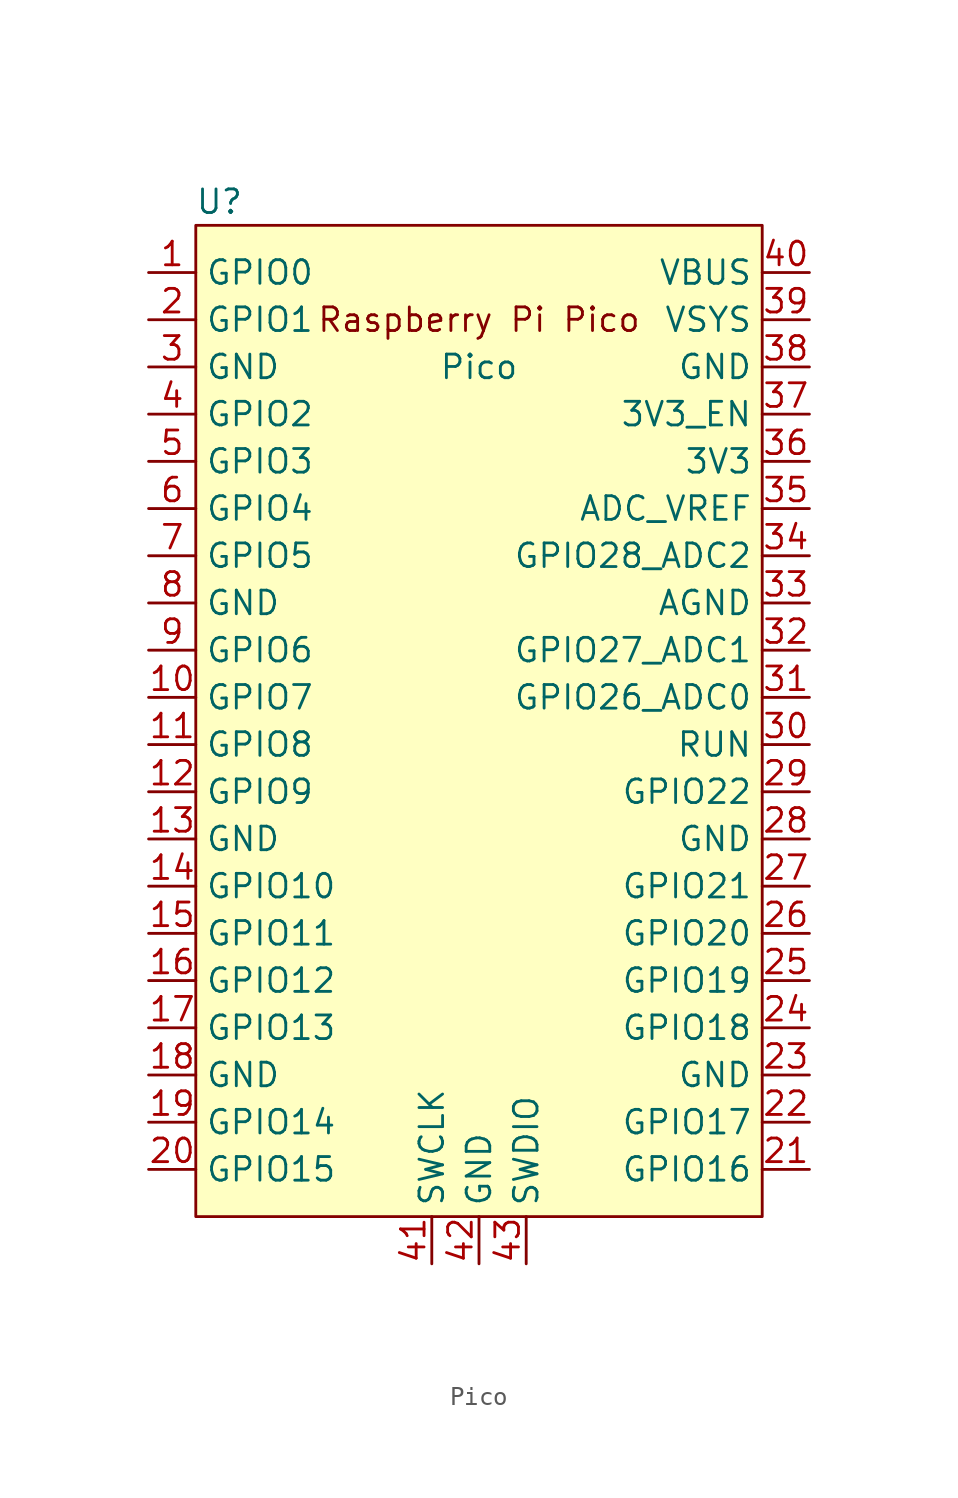
<source format=kicad_sym>
(kicad_symbol_lib
  (version 20211014)
  (generator kicad_symbol_editor)
  (symbol "Pico"
    (property "Reference" "U"
      (at -13.97 27.94 0)
      (effects (font (size 1.27 1.27))))
    (property "Value" "Pico"
      (at 0 19.05 0)
      (effects (font (size 1.27 1.27))))
    (symbol "Pico_0_0"
      (text "Raspberry Pi Pico" (at 0 21.59 0) (effects (font (size 1.27 1.27)))))
    (symbol "Pico_0_1"
      (rectangle (start -15.24 26.67) (end 15.24 -26.67) (stroke (width 0) (type default) (color 0 0 0 0)) (fill (type background))))
    (symbol "Pico_1_1"
      (pin bidirectional line (at -17.78 24.13 0) (length 2.54) (name "GPIO0" (effects (font (size 1.27 1.27)))) (number "1" (effects (font (size 1.27 1.27)))))
      (pin bidirectional line (at -17.78 1.27 0) (length 2.54) (name "GPIO7" (effects (font (size 1.27 1.27)))) (number "10" (effects (font (size 1.27 1.27)))))
      (pin bidirectional line (at -17.78 -1.27 0) (length 2.54) (name "GPIO8" (effects (font (size 1.27 1.27)))) (number "11" (effects (font (size 1.27 1.27)))))
      (pin bidirectional line (at -17.78 -3.81 0) (length 2.54) (name "GPIO9" (effects (font (size 1.27 1.27)))) (number "12" (effects (font (size 1.27 1.27)))))
      (pin power_in line (at -17.78 -6.35 0) (length 2.54) (name "GND" (effects (font (size 1.27 1.27)))) (number "13" (effects (font (size 1.27 1.27)))))
      (pin bidirectional line (at -17.78 -8.89 0) (length 2.54) (name "GPIO10" (effects (font (size 1.27 1.27)))) (number "14" (effects (font (size 1.27 1.27)))))
      (pin bidirectional line (at -17.78 -11.43 0) (length 2.54) (name "GPIO11" (effects (font (size 1.27 1.27)))) (number "15" (effects (font (size 1.27 1.27)))))
      (pin bidirectional line (at -17.78 -13.97 0) (length 2.54) (name "GPIO12" (effects (font (size 1.27 1.27)))) (number "16" (effects (font (size 1.27 1.27)))))
      (pin bidirectional line (at -17.78 -16.51 0) (length 2.54) (name "GPIO13" (effects (font (size 1.27 1.27)))) (number "17" (effects (font (size 1.27 1.27)))))
      (pin power_in line (at -17.78 -19.05 0) (length 2.54) (name "GND" (effects (font (size 1.27 1.27)))) (number "18" (effects (font (size 1.27 1.27)))))
      (pin bidirectional line (at -17.78 -21.59 0) (length 2.54) (name "GPIO14" (effects (font (size 1.27 1.27)))) (number "19" (effects (font (size 1.27 1.27)))))
      (pin bidirectional line (at -17.78 21.59 0) (length 2.54) (name "GPIO1" (effects (font (size 1.27 1.27)))) (number "2" (effects (font (size 1.27 1.27)))))
      (pin bidirectional line (at -17.78 -24.13 0) (length 2.54) (name "GPIO15" (effects (font (size 1.27 1.27)))) (number "20" (effects (font (size 1.27 1.27)))))
      (pin bidirectional line (at 17.78 -24.13 180) (length 2.54) (name "GPIO16" (effects (font (size 1.27 1.27)))) (number "21" (effects (font (size 1.27 1.27)))))
      (pin bidirectional line (at 17.78 -21.59 180) (length 2.54) (name "GPIO17" (effects (font (size 1.27 1.27)))) (number "22" (effects (font (size 1.27 1.27)))))
      (pin power_in line (at 17.78 -19.05 180) (length 2.54) (name "GND" (effects (font (size 1.27 1.27)))) (number "23" (effects (font (size 1.27 1.27)))))
      (pin bidirectional line (at 17.78 -16.51 180) (length 2.54) (name "GPIO18" (effects (font (size 1.27 1.27)))) (number "24" (effects (font (size 1.27 1.27)))))
      (pin bidirectional line (at 17.78 -13.97 180) (length 2.54) (name "GPIO19" (effects (font (size 1.27 1.27)))) (number "25" (effects (font (size 1.27 1.27)))))
      (pin bidirectional line (at 17.78 -11.43 180) (length 2.54) (name "GPIO20" (effects (font (size 1.27 1.27)))) (number "26" (effects (font (size 1.27 1.27)))))
      (pin bidirectional line (at 17.78 -8.89 180) (length 2.54) (name "GPIO21" (effects (font (size 1.27 1.27)))) (number "27" (effects (font (size 1.27 1.27)))))
      (pin power_in line (at 17.78 -6.35 180) (length 2.54) (name "GND" (effects (font (size 1.27 1.27)))) (number "28" (effects (font (size 1.27 1.27)))))
      (pin bidirectional line (at 17.78 -3.81 180) (length 2.54) (name "GPIO22" (effects (font (size 1.27 1.27)))) (number "29" (effects (font (size 1.27 1.27)))))
      (pin power_in line (at -17.78 19.05 0) (length 2.54) (name "GND" (effects (font (size 1.27 1.27)))) (number "3" (effects (font (size 1.27 1.27)))))
      (pin input line (at 17.78 -1.27 180) (length 2.54) (name "RUN" (effects (font (size 1.27 1.27)))) (number "30" (effects (font (size 1.27 1.27)))))
      (pin bidirectional line (at 17.78 1.27 180) (length 2.54) (name "GPIO26_ADC0" (effects (font (size 1.27 1.27)))) (number "31" (effects (font (size 1.27 1.27)))))
      (pin bidirectional line (at 17.78 3.81 180) (length 2.54) (name "GPIO27_ADC1" (effects (font (size 1.27 1.27)))) (number "32" (effects (font (size 1.27 1.27)))))
      (pin power_in line (at 17.78 6.35 180) (length 2.54) (name "AGND" (effects (font (size 1.27 1.27)))) (number "33" (effects (font (size 1.27 1.27)))))
      (pin bidirectional line (at 17.78 8.89 180) (length 2.54) (name "GPIO28_ADC2" (effects (font (size 1.27 1.27)))) (number "34" (effects (font (size 1.27 1.27)))))
      (pin power_in line (at 17.78 11.43 180) (length 2.54) (name "ADC_VREF" (effects (font (size 1.27 1.27)))) (number "35" (effects (font (size 1.27 1.27)))))
      (pin power_out line (at 17.78 13.97 180) (length 2.54) (name "3V3" (effects (font (size 1.27 1.27)))) (number "36" (effects (font (size 1.27 1.27)))))
      (pin input line (at 17.78 16.51 180) (length 2.54) (name "3V3_EN" (effects (font (size 1.27 1.27)))) (number "37" (effects (font (size 1.27 1.27)))))
      (pin power_in line (at 17.78 19.05 180) (length 2.54) (name "GND" (effects (font (size 1.27 1.27)))) (number "38" (effects (font (size 1.27 1.27)))))
      (pin passive line (at 17.78 21.59 180) (length 2.54) (name "VSYS" (effects (font (size 1.27 1.27)))) (number "39" (effects (font (size 1.27 1.27)))))
      (pin bidirectional line (at -17.78 16.51 0) (length 2.54) (name "GPIO2" (effects (font (size 1.27 1.27)))) (number "4" (effects (font (size 1.27 1.27)))))
      (pin power_in line (at 17.78 24.13 180) (length 2.54) (name "VBUS" (effects (font (size 1.27 1.27)))) (number "40" (effects (font (size 1.27 1.27)))))
      (pin input line (at -2.54 -29.21 90) (length 2.54) (name "SWCLK" (effects (font (size 1.27 1.27)))) (number "41" (effects (font (size 1.27 1.27)))))
      (pin power_in line (at 0 -29.21 90) (length 2.54) (name "GND" (effects (font (size 1.27 1.27)))) (number "42" (effects (font (size 1.27 1.27)))))
      (pin bidirectional line (at 2.54 -29.21 90) (length 2.54) (name "SWDIO" (effects (font (size 1.27 1.27)))) (number "43" (effects (font (size 1.27 1.27)))))
      (pin bidirectional line (at -17.78 13.97 0) (length 2.54) (name "GPIO3" (effects (font (size 1.27 1.27)))) (number "5" (effects (font (size 1.27 1.27)))))
      (pin bidirectional line (at -17.78 11.43 0) (length 2.54) (name "GPIO4" (effects (font (size 1.27 1.27)))) (number "6" (effects (font (size 1.27 1.27)))))
      (pin bidirectional line (at -17.78 8.89 0) (length 2.54) (name "GPIO5" (effects (font (size 1.27 1.27)))) (number "7" (effects (font (size 1.27 1.27)))))
      (pin power_in line (at -17.78 6.35 0) (length 2.54) (name "GND" (effects (font (size 1.27 1.27)))) (number "8" (effects (font (size 1.27 1.27)))))
      (pin bidirectional line (at -17.78 3.81 0) (length 2.54) (name "GPIO6" (effects (font (size 1.27 1.27)))) (number "9" (effects (font (size 1.27 1.27))))))))
</source>
